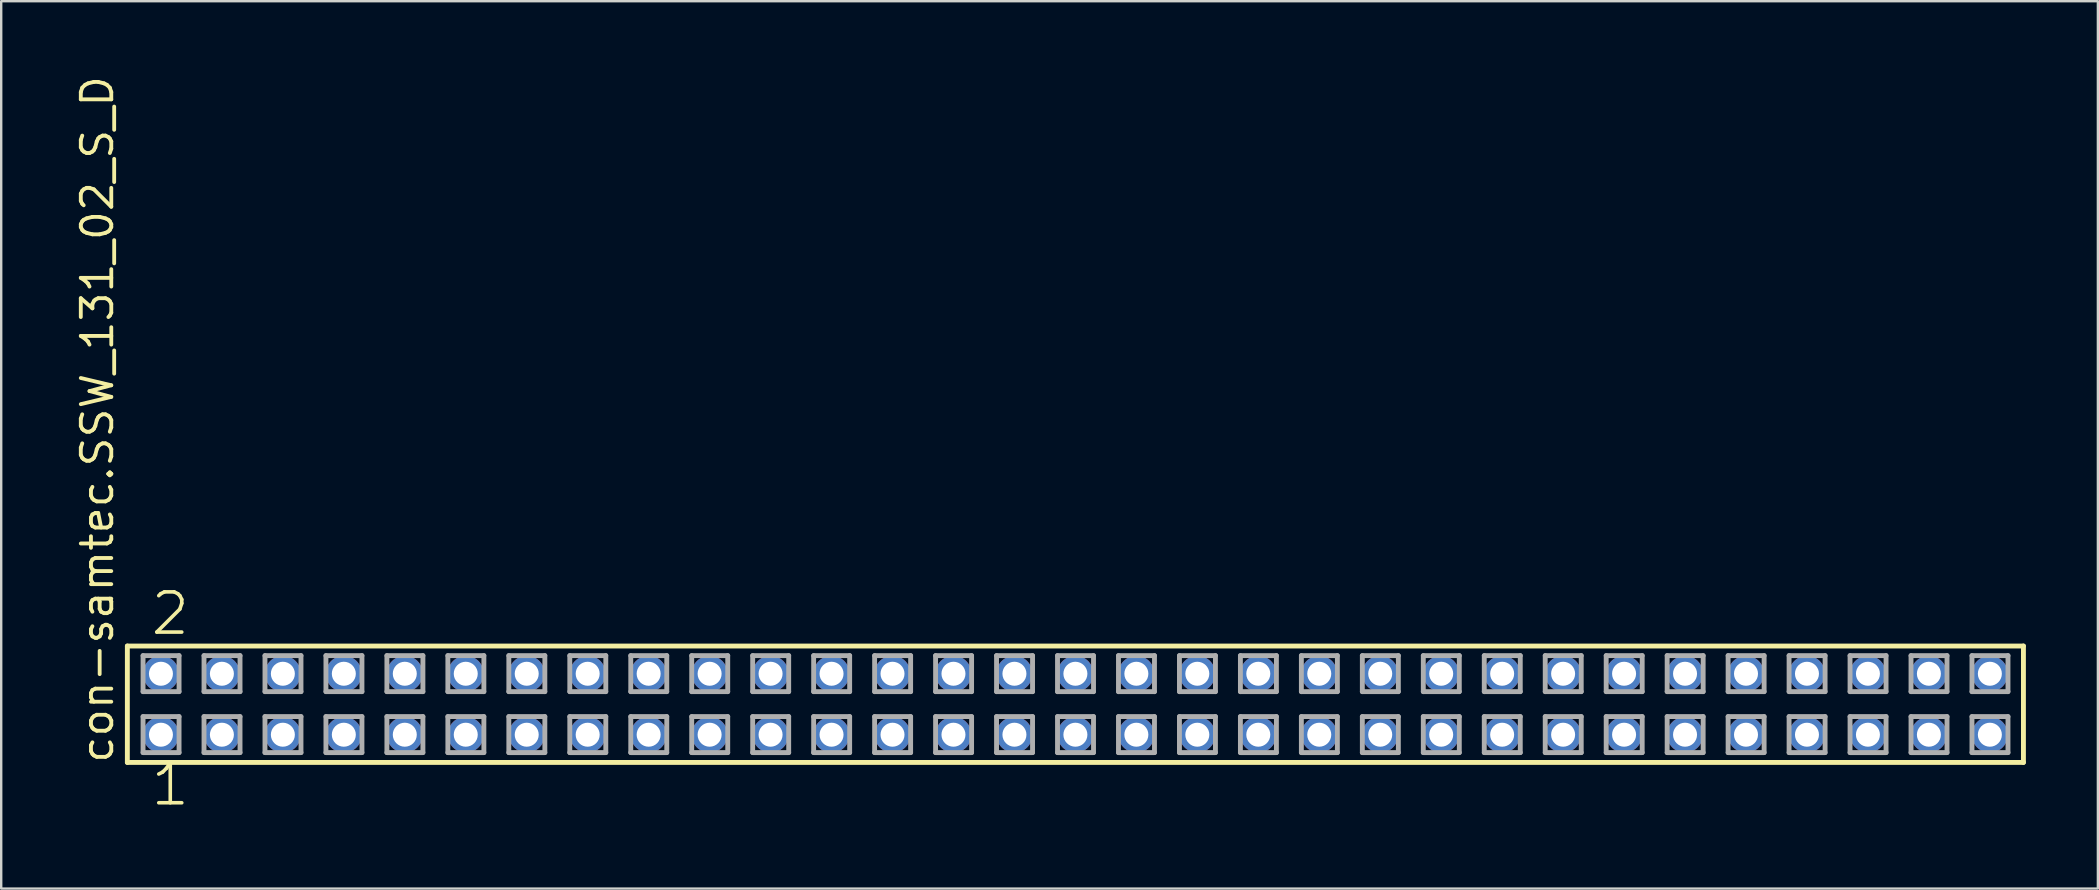
<source format=kicad_pcb>
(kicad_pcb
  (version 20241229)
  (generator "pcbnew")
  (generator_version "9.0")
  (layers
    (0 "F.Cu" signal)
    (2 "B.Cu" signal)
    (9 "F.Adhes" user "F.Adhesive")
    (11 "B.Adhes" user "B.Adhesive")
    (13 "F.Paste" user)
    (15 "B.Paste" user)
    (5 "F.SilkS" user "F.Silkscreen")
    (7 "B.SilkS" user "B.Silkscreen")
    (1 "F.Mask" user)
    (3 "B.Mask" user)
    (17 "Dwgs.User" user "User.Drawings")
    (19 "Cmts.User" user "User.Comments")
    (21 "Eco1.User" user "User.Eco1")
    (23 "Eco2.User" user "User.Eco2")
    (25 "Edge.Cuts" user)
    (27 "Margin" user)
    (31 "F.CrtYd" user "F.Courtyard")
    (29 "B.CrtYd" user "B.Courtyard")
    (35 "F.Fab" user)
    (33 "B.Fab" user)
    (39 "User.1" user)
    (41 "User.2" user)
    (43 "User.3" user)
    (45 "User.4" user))
  (footprint "con-samtec.SSW_131_02_S_D"
    (layer "F.Cu")
    (at 41.755 26.291)
    (property "Reference" "con-samtec.SSW_131_02_S_D" (at -40.005 2.54 90) (layer "F.SilkS") (effects (font (size 1.27 1.27) (thickness 0.16)) (justify left bottom)))
    (attr through_hole)
    (fp_line (start -39.499 -2.425) (end 39.499 -2.425) (stroke (width 0.203) (type default)) (layer "F.SilkS"))
    (fp_line (start -39.499 2.425) (end -39.499 -2.425) (stroke (width 0.203) (type default)) (layer "F.SilkS"))
    (fp_line (start 39.499 -2.425) (end 39.499 2.425) (stroke (width 0.203) (type default)) (layer "F.SilkS"))
    (fp_line (start 39.499 2.425) (end -39.499 2.425) (stroke (width 0.203) (type default)) (layer "F.SilkS"))
    (fp_line (start -38.845 -2.025) (end -37.345 -2.025) (stroke (width 0.203) (type default)) (layer "F.Fab"))
    (fp_line (start -38.845 -0.525) (end -38.845 -2.025) (stroke (width 0.203) (type default)) (layer "F.Fab"))
    (fp_line (start -38.845 0.515) (end -37.345 0.515) (stroke (width 0.203) (type default)) (layer "F.Fab"))
    (fp_line (start -38.845 2.015) (end -38.845 0.515) (stroke (width 0.203) (type default)) (layer "F.Fab"))
    (fp_line (start -37.345 -2.025) (end -37.345 -0.525) (stroke (width 0.203) (type default)) (layer "F.Fab"))
    (fp_line (start -37.345 -0.525) (end -38.845 -0.525) (stroke (width 0.203) (type default)) (layer "F.Fab"))
    (fp_line (start -37.345 0.515) (end -37.345 2.015) (stroke (width 0.203) (type default)) (layer "F.Fab"))
    (fp_line (start -37.345 2.015) (end -38.845 2.015) (stroke (width 0.203) (type default)) (layer "F.Fab"))
    (fp_line (start -36.305 -2.025) (end -34.805 -2.025) (stroke (width 0.203) (type default)) (layer "F.Fab"))
    (fp_line (start -36.305 -0.525) (end -36.305 -2.025) (stroke (width 0.203) (type default)) (layer "F.Fab"))
    (fp_line (start -36.305 0.515) (end -34.805 0.515) (stroke (width 0.203) (type default)) (layer "F.Fab"))
    (fp_line (start -36.305 2.015) (end -36.305 0.515) (stroke (width 0.203) (type default)) (layer "F.Fab"))
    (fp_line (start -34.805 -2.025) (end -34.805 -0.525) (stroke (width 0.203) (type default)) (layer "F.Fab"))
    (fp_line (start -34.805 -0.525) (end -36.305 -0.525) (stroke (width 0.203) (type default)) (layer "F.Fab"))
    (fp_line (start -34.805 0.515) (end -34.805 2.015) (stroke (width 0.203) (type default)) (layer "F.Fab"))
    (fp_line (start -34.805 2.015) (end -36.305 2.015) (stroke (width 0.203) (type default)) (layer "F.Fab"))
    (fp_line (start -33.765 -2.025) (end -32.265 -2.025) (stroke (width 0.203) (type default)) (layer "F.Fab"))
    (fp_line (start -33.765 -0.525) (end -33.765 -2.025) (stroke (width 0.203) (type default)) (layer "F.Fab"))
    (fp_line (start -33.765 0.515) (end -32.265 0.515) (stroke (width 0.203) (type default)) (layer "F.Fab"))
    (fp_line (start -33.765 2.015) (end -33.765 0.515) (stroke (width 0.203) (type default)) (layer "F.Fab"))
    (fp_line (start -32.265 -2.025) (end -32.265 -0.525) (stroke (width 0.203) (type default)) (layer "F.Fab"))
    (fp_line (start -32.265 -0.525) (end -33.765 -0.525) (stroke (width 0.203) (type default)) (layer "F.Fab"))
    (fp_line (start -32.265 0.515) (end -32.265 2.015) (stroke (width 0.203) (type default)) (layer "F.Fab"))
    (fp_line (start -32.265 2.015) (end -33.765 2.015) (stroke (width 0.203) (type default)) (layer "F.Fab"))
    (fp_line (start -31.225 -2.025) (end -29.725 -2.025) (stroke (width 0.203) (type default)) (layer "F.Fab"))
    (fp_line (start -31.225 -0.525) (end -31.225 -2.025) (stroke (width 0.203) (type default)) (layer "F.Fab"))
    (fp_line (start -31.225 0.515) (end -29.725 0.515) (stroke (width 0.203) (type default)) (layer "F.Fab"))
    (fp_line (start -31.225 2.015) (end -31.225 0.515) (stroke (width 0.203) (type default)) (layer "F.Fab"))
    (fp_line (start -29.725 -2.025) (end -29.725 -0.525) (stroke (width 0.203) (type default)) (layer "F.Fab"))
    (fp_line (start -29.725 -0.525) (end -31.225 -0.525) (stroke (width 0.203) (type default)) (layer "F.Fab"))
    (fp_line (start -29.725 0.515) (end -29.725 2.015) (stroke (width 0.203) (type default)) (layer "F.Fab"))
    (fp_line (start -29.725 2.015) (end -31.225 2.015) (stroke (width 0.203) (type default)) (layer "F.Fab"))
    (fp_line (start -28.685 -2.025) (end -27.185 -2.025) (stroke (width 0.203) (type default)) (layer "F.Fab"))
    (fp_line (start -28.685 -0.525) (end -28.685 -2.025) (stroke (width 0.203) (type default)) (layer "F.Fab"))
    (fp_line (start -28.685 0.515) (end -27.185 0.515) (stroke (width 0.203) (type default)) (layer "F.Fab"))
    (fp_line (start -28.685 2.015) (end -28.685 0.515) (stroke (width 0.203) (type default)) (layer "F.Fab"))
    (fp_line (start -27.185 -2.025) (end -27.185 -0.525) (stroke (width 0.203) (type default)) (layer "F.Fab"))
    (fp_line (start -27.185 -0.525) (end -28.685 -0.525) (stroke (width 0.203) (type default)) (layer "F.Fab"))
    (fp_line (start -27.185 0.515) (end -27.185 2.015) (stroke (width 0.203) (type default)) (layer "F.Fab"))
    (fp_line (start -27.185 2.015) (end -28.685 2.015) (stroke (width 0.203) (type default)) (layer "F.Fab"))
    (fp_line (start -26.145 -2.025) (end -24.645 -2.025) (stroke (width 0.203) (type default)) (layer "F.Fab"))
    (fp_line (start -26.145 -0.525) (end -26.145 -2.025) (stroke (width 0.203) (type default)) (layer "F.Fab"))
    (fp_line (start -26.145 0.515) (end -24.645 0.515) (stroke (width 0.203) (type default)) (layer "F.Fab"))
    (fp_line (start -26.145 2.015) (end -26.145 0.515) (stroke (width 0.203) (type default)) (layer "F.Fab"))
    (fp_line (start -24.645 -2.025) (end -24.645 -0.525) (stroke (width 0.203) (type default)) (layer "F.Fab"))
    (fp_line (start -24.645 -0.525) (end -26.145 -0.525) (stroke (width 0.203) (type default)) (layer "F.Fab"))
    (fp_line (start -24.645 0.515) (end -24.645 2.015) (stroke (width 0.203) (type default)) (layer "F.Fab"))
    (fp_line (start -24.645 2.015) (end -26.145 2.015) (stroke (width 0.203) (type default)) (layer "F.Fab"))
    (fp_line (start -23.605 -2.025) (end -22.105 -2.025) (stroke (width 0.203) (type default)) (layer "F.Fab"))
    (fp_line (start -23.605 -0.525) (end -23.605 -2.025) (stroke (width 0.203) (type default)) (layer "F.Fab"))
    (fp_line (start -23.605 0.515) (end -22.105 0.515) (stroke (width 0.203) (type default)) (layer "F.Fab"))
    (fp_line (start -23.605 2.015) (end -23.605 0.515) (stroke (width 0.203) (type default)) (layer "F.Fab"))
    (fp_line (start -22.105 -2.025) (end -22.105 -0.525) (stroke (width 0.203) (type default)) (layer "F.Fab"))
    (fp_line (start -22.105 -0.525) (end -23.605 -0.525) (stroke (width 0.203) (type default)) (layer "F.Fab"))
    (fp_line (start -22.105 0.515) (end -22.105 2.015) (stroke (width 0.203) (type default)) (layer "F.Fab"))
    (fp_line (start -22.105 2.015) (end -23.605 2.015) (stroke (width 0.203) (type default)) (layer "F.Fab"))
    (fp_line (start -21.065 -2.025) (end -19.565 -2.025) (stroke (width 0.203) (type default)) (layer "F.Fab"))
    (fp_line (start -21.065 -0.525) (end -21.065 -2.025) (stroke (width 0.203) (type default)) (layer "F.Fab"))
    (fp_line (start -21.065 0.515) (end -19.565 0.515) (stroke (width 0.203) (type default)) (layer "F.Fab"))
    (fp_line (start -21.065 2.015) (end -21.065 0.515) (stroke (width 0.203) (type default)) (layer "F.Fab"))
    (fp_line (start -19.565 -2.025) (end -19.565 -0.525) (stroke (width 0.203) (type default)) (layer "F.Fab"))
    (fp_line (start -19.565 -0.525) (end -21.065 -0.525) (stroke (width 0.203) (type default)) (layer "F.Fab"))
    (fp_line (start -19.565 0.515) (end -19.565 2.015) (stroke (width 0.203) (type default)) (layer "F.Fab"))
    (fp_line (start -19.565 2.015) (end -21.065 2.015) (stroke (width 0.203) (type default)) (layer "F.Fab"))
    (fp_line (start -18.525 -2.025) (end -17.025 -2.025) (stroke (width 0.203) (type default)) (layer "F.Fab"))
    (fp_line (start -18.525 -0.525) (end -18.525 -2.025) (stroke (width 0.203) (type default)) (layer "F.Fab"))
    (fp_line (start -18.525 0.515) (end -17.025 0.515) (stroke (width 0.203) (type default)) (layer "F.Fab"))
    (fp_line (start -18.525 2.015) (end -18.525 0.515) (stroke (width 0.203) (type default)) (layer "F.Fab"))
    (fp_line (start -17.025 -2.025) (end -17.025 -0.525) (stroke (width 0.203) (type default)) (layer "F.Fab"))
    (fp_line (start -17.025 -0.525) (end -18.525 -0.525) (stroke (width 0.203) (type default)) (layer "F.Fab"))
    (fp_line (start -17.025 0.515) (end -17.025 2.015) (stroke (width 0.203) (type default)) (layer "F.Fab"))
    (fp_line (start -17.025 2.015) (end -18.525 2.015) (stroke (width 0.203) (type default)) (layer "F.Fab"))
    (fp_line (start -15.985 -2.025) (end -14.485 -2.025) (stroke (width 0.203) (type default)) (layer "F.Fab"))
    (fp_line (start -15.985 -0.525) (end -15.985 -2.025) (stroke (width 0.203) (type default)) (layer "F.Fab"))
    (fp_line (start -15.985 0.515) (end -14.485 0.515) (stroke (width 0.203) (type default)) (layer "F.Fab"))
    (fp_line (start -15.985 2.015) (end -15.985 0.515) (stroke (width 0.203) (type default)) (layer "F.Fab"))
    (fp_line (start -14.485 -2.025) (end -14.485 -0.525) (stroke (width 0.203) (type default)) (layer "F.Fab"))
    (fp_line (start -14.485 -0.525) (end -15.985 -0.525) (stroke (width 0.203) (type default)) (layer "F.Fab"))
    (fp_line (start -14.485 0.515) (end -14.485 2.015) (stroke (width 0.203) (type default)) (layer "F.Fab"))
    (fp_line (start -14.485 2.015) (end -15.985 2.015) (stroke (width 0.203) (type default)) (layer "F.Fab"))
    (fp_line (start -13.445 -2.025) (end -11.945 -2.025) (stroke (width 0.203) (type default)) (layer "F.Fab"))
    (fp_line (start -13.445 -0.525) (end -13.445 -2.025) (stroke (width 0.203) (type default)) (layer "F.Fab"))
    (fp_line (start -13.445 0.515) (end -11.945 0.515) (stroke (width 0.203) (type default)) (layer "F.Fab"))
    (fp_line (start -13.445 2.015) (end -13.445 0.515) (stroke (width 0.203) (type default)) (layer "F.Fab"))
    (fp_line (start -11.945 -2.025) (end -11.945 -0.525) (stroke (width 0.203) (type default)) (layer "F.Fab"))
    (fp_line (start -11.945 -0.525) (end -13.445 -0.525) (stroke (width 0.203) (type default)) (layer "F.Fab"))
    (fp_line (start -11.945 0.515) (end -11.945 2.015) (stroke (width 0.203) (type default)) (layer "F.Fab"))
    (fp_line (start -11.945 2.015) (end -13.445 2.015) (stroke (width 0.203) (type default)) (layer "F.Fab"))
    (fp_line (start -10.905 -2.025) (end -9.405 -2.025) (stroke (width 0.203) (type default)) (layer "F.Fab"))
    (fp_line (start -10.905 -0.525) (end -10.905 -2.025) (stroke (width 0.203) (type default)) (layer "F.Fab"))
    (fp_line (start -10.905 0.515) (end -9.405 0.515) (stroke (width 0.203) (type default)) (layer "F.Fab"))
    (fp_line (start -10.905 2.015) (end -10.905 0.515) (stroke (width 0.203) (type default)) (layer "F.Fab"))
    (fp_line (start -9.405 -2.025) (end -9.405 -0.525) (stroke (width 0.203) (type default)) (layer "F.Fab"))
    (fp_line (start -9.405 -0.525) (end -10.905 -0.525) (stroke (width 0.203) (type default)) (layer "F.Fab"))
    (fp_line (start -9.405 0.515) (end -9.405 2.015) (stroke (width 0.203) (type default)) (layer "F.Fab"))
    (fp_line (start -9.405 2.015) (end -10.905 2.015) (stroke (width 0.203) (type default)) (layer "F.Fab"))
    (fp_line (start -8.365 -2.025) (end -6.865 -2.025) (stroke (width 0.203) (type default)) (layer "F.Fab"))
    (fp_line (start -8.365 -0.525) (end -8.365 -2.025) (stroke (width 0.203) (type default)) (layer "F.Fab"))
    (fp_line (start -8.365 0.515) (end -6.865 0.515) (stroke (width 0.203) (type default)) (layer "F.Fab"))
    (fp_line (start -8.365 2.015) (end -8.365 0.515) (stroke (width 0.203) (type default)) (layer "F.Fab"))
    (fp_line (start -6.865 -2.025) (end -6.865 -0.525) (stroke (width 0.203) (type default)) (layer "F.Fab"))
    (fp_line (start -6.865 -0.525) (end -8.365 -0.525) (stroke (width 0.203) (type default)) (layer "F.Fab"))
    (fp_line (start -6.865 0.515) (end -6.865 2.015) (stroke (width 0.203) (type default)) (layer "F.Fab"))
    (fp_line (start -6.865 2.015) (end -8.365 2.015) (stroke (width 0.203) (type default)) (layer "F.Fab"))
    (fp_line (start -5.825 -2.025) (end -4.325 -2.025) (stroke (width 0.203) (type default)) (layer "F.Fab"))
    (fp_line (start -5.825 -0.525) (end -5.825 -2.025) (stroke (width 0.203) (type default)) (layer "F.Fab"))
    (fp_line (start -5.825 0.515) (end -4.325 0.515) (stroke (width 0.203) (type default)) (layer "F.Fab"))
    (fp_line (start -5.825 2.015) (end -5.825 0.515) (stroke (width 0.203) (type default)) (layer "F.Fab"))
    (fp_line (start -4.325 -2.025) (end -4.325 -0.525) (stroke (width 0.203) (type default)) (layer "F.Fab"))
    (fp_line (start -4.325 -0.525) (end -5.825 -0.525) (stroke (width 0.203) (type default)) (layer "F.Fab"))
    (fp_line (start -4.325 0.515) (end -4.325 2.015) (stroke (width 0.203) (type default)) (layer "F.Fab"))
    (fp_line (start -4.325 2.015) (end -5.825 2.015) (stroke (width 0.203) (type default)) (layer "F.Fab"))
    (fp_line (start -3.285 -2.025) (end -1.785 -2.025) (stroke (width 0.203) (type default)) (layer "F.Fab"))
    (fp_line (start -3.285 -0.525) (end -3.285 -2.025) (stroke (width 0.203) (type default)) (layer "F.Fab"))
    (fp_line (start -3.285 0.515) (end -1.785 0.515) (stroke (width 0.203) (type default)) (layer "F.Fab"))
    (fp_line (start -3.285 2.015) (end -3.285 0.515) (stroke (width 0.203) (type default)) (layer "F.Fab"))
    (fp_line (start -1.785 -2.025) (end -1.785 -0.525) (stroke (width 0.203) (type default)) (layer "F.Fab"))
    (fp_line (start -1.785 -0.525) (end -3.285 -0.525) (stroke (width 0.203) (type default)) (layer "F.Fab"))
    (fp_line (start -1.785 0.515) (end -1.785 2.015) (stroke (width 0.203) (type default)) (layer "F.Fab"))
    (fp_line (start -1.785 2.015) (end -3.285 2.015) (stroke (width 0.203) (type default)) (layer "F.Fab"))
    (fp_line (start -0.745 -2.025) (end 0.755 -2.025) (stroke (width 0.203) (type default)) (layer "F.Fab"))
    (fp_line (start -0.745 -0.525) (end -0.745 -2.025) (stroke (width 0.203) (type default)) (layer "F.Fab"))
    (fp_line (start -0.745 0.515) (end 0.755 0.515) (stroke (width 0.203) (type default)) (layer "F.Fab"))
    (fp_line (start -0.745 2.015) (end -0.745 0.515) (stroke (width 0.203) (type default)) (layer "F.Fab"))
    (fp_line (start 0.755 -2.025) (end 0.755 -0.525) (stroke (width 0.203) (type default)) (layer "F.Fab"))
    (fp_line (start 0.755 -0.525) (end -0.745 -0.525) (stroke (width 0.203) (type default)) (layer "F.Fab"))
    (fp_line (start 0.755 0.515) (end 0.755 2.015) (stroke (width 0.203) (type default)) (layer "F.Fab"))
    (fp_line (start 0.755 2.015) (end -0.745 2.015) (stroke (width 0.203) (type default)) (layer "F.Fab"))
    (fp_line (start 1.795 -2.025) (end 3.295 -2.025) (stroke (width 0.203) (type default)) (layer "F.Fab"))
    (fp_line (start 1.795 -0.525) (end 1.795 -2.025) (stroke (width 0.203) (type default)) (layer "F.Fab"))
    (fp_line (start 1.795 0.515) (end 3.295 0.515) (stroke (width 0.203) (type default)) (layer "F.Fab"))
    (fp_line (start 1.795 2.015) (end 1.795 0.515) (stroke (width 0.203) (type default)) (layer "F.Fab"))
    (fp_line (start 3.295 -2.025) (end 3.295 -0.525) (stroke (width 0.203) (type default)) (layer "F.Fab"))
    (fp_line (start 3.295 -0.525) (end 1.795 -0.525) (stroke (width 0.203) (type default)) (layer "F.Fab"))
    (fp_line (start 3.295 0.515) (end 3.295 2.015) (stroke (width 0.203) (type default)) (layer "F.Fab"))
    (fp_line (start 3.295 2.015) (end 1.795 2.015) (stroke (width 0.203) (type default)) (layer "F.Fab"))
    (fp_line (start 4.335 -2.025) (end 5.835 -2.025) (stroke (width 0.203) (type default)) (layer "F.Fab"))
    (fp_line (start 4.335 -0.525) (end 4.335 -2.025) (stroke (width 0.203) (type default)) (layer "F.Fab"))
    (fp_line (start 4.335 0.515) (end 5.835 0.515) (stroke (width 0.203) (type default)) (layer "F.Fab"))
    (fp_line (start 4.335 2.015) (end 4.335 0.515) (stroke (width 0.203) (type default)) (layer "F.Fab"))
    (fp_line (start 5.835 -2.025) (end 5.835 -0.525) (stroke (width 0.203) (type default)) (layer "F.Fab"))
    (fp_line (start 5.835 -0.525) (end 4.335 -0.525) (stroke (width 0.203) (type default)) (layer "F.Fab"))
    (fp_line (start 5.835 0.515) (end 5.835 2.015) (stroke (width 0.203) (type default)) (layer "F.Fab"))
    (fp_line (start 5.835 2.015) (end 4.335 2.015) (stroke (width 0.203) (type default)) (layer "F.Fab"))
    (fp_line (start 6.875 -2.025) (end 8.375 -2.025) (stroke (width 0.203) (type default)) (layer "F.Fab"))
    (fp_line (start 6.875 -0.525) (end 6.875 -2.025) (stroke (width 0.203) (type default)) (layer "F.Fab"))
    (fp_line (start 6.875 0.515) (end 8.375 0.515) (stroke (width 0.203) (type default)) (layer "F.Fab"))
    (fp_line (start 6.875 2.015) (end 6.875 0.515) (stroke (width 0.203) (type default)) (layer "F.Fab"))
    (fp_line (start 8.375 -2.025) (end 8.375 -0.525) (stroke (width 0.203) (type default)) (layer "F.Fab"))
    (fp_line (start 8.375 -0.525) (end 6.875 -0.525) (stroke (width 0.203) (type default)) (layer "F.Fab"))
    (fp_line (start 8.375 0.515) (end 8.375 2.015) (stroke (width 0.203) (type default)) (layer "F.Fab"))
    (fp_line (start 8.375 2.015) (end 6.875 2.015) (stroke (width 0.203) (type default)) (layer "F.Fab"))
    (fp_line (start 9.415 -2.025) (end 10.915 -2.025) (stroke (width 0.203) (type default)) (layer "F.Fab"))
    (fp_line (start 9.415 -0.525) (end 9.415 -2.025) (stroke (width 0.203) (type default)) (layer "F.Fab"))
    (fp_line (start 9.415 0.515) (end 10.915 0.515) (stroke (width 0.203) (type default)) (layer "F.Fab"))
    (fp_line (start 9.415 2.015) (end 9.415 0.515) (stroke (width 0.203) (type default)) (layer "F.Fab"))
    (fp_line (start 10.915 -2.025) (end 10.915 -0.525) (stroke (width 0.203) (type default)) (layer "F.Fab"))
    (fp_line (start 10.915 -0.525) (end 9.415 -0.525) (stroke (width 0.203) (type default)) (layer "F.Fab"))
    (fp_line (start 10.915 0.515) (end 10.915 2.015) (stroke (width 0.203) (type default)) (layer "F.Fab"))
    (fp_line (start 10.915 2.015) (end 9.415 2.015) (stroke (width 0.203) (type default)) (layer "F.Fab"))
    (fp_line (start 11.955 -2.025) (end 13.455 -2.025) (stroke (width 0.203) (type default)) (layer "F.Fab"))
    (fp_line (start 11.955 -0.525) (end 11.955 -2.025) (stroke (width 0.203) (type default)) (layer "F.Fab"))
    (fp_line (start 11.955 0.515) (end 13.455 0.515) (stroke (width 0.203) (type default)) (layer "F.Fab"))
    (fp_line (start 11.955 2.015) (end 11.955 0.515) (stroke (width 0.203) (type default)) (layer "F.Fab"))
    (fp_line (start 13.455 -2.025) (end 13.455 -0.525) (stroke (width 0.203) (type default)) (layer "F.Fab"))
    (fp_line (start 13.455 -0.525) (end 11.955 -0.525) (stroke (width 0.203) (type default)) (layer "F.Fab"))
    (fp_line (start 13.455 0.515) (end 13.455 2.015) (stroke (width 0.203) (type default)) (layer "F.Fab"))
    (fp_line (start 13.455 2.015) (end 11.955 2.015) (stroke (width 0.203) (type default)) (layer "F.Fab"))
    (fp_line (start 14.495 -2.025) (end 15.995 -2.025) (stroke (width 0.203) (type default)) (layer "F.Fab"))
    (fp_line (start 14.495 -0.525) (end 14.495 -2.025) (stroke (width 0.203) (type default)) (layer "F.Fab"))
    (fp_line (start 14.495 0.515) (end 15.995 0.515) (stroke (width 0.203) (type default)) (layer "F.Fab"))
    (fp_line (start 14.495 2.015) (end 14.495 0.515) (stroke (width 0.203) (type default)) (layer "F.Fab"))
    (fp_line (start 15.995 -2.025) (end 15.995 -0.525) (stroke (width 0.203) (type default)) (layer "F.Fab"))
    (fp_line (start 15.995 -0.525) (end 14.495 -0.525) (stroke (width 0.203) (type default)) (layer "F.Fab"))
    (fp_line (start 15.995 0.515) (end 15.995 2.015) (stroke (width 0.203) (type default)) (layer "F.Fab"))
    (fp_line (start 15.995 2.015) (end 14.495 2.015) (stroke (width 0.203) (type default)) (layer "F.Fab"))
    (fp_line (start 17.035 -2.025) (end 18.535 -2.025) (stroke (width 0.203) (type default)) (layer "F.Fab"))
    (fp_line (start 17.035 -0.525) (end 17.035 -2.025) (stroke (width 0.203) (type default)) (layer "F.Fab"))
    (fp_line (start 17.035 0.515) (end 18.535 0.515) (stroke (width 0.203) (type default)) (layer "F.Fab"))
    (fp_line (start 17.035 2.015) (end 17.035 0.515) (stroke (width 0.203) (type default)) (layer "F.Fab"))
    (fp_line (start 18.535 -2.025) (end 18.535 -0.525) (stroke (width 0.203) (type default)) (layer "F.Fab"))
    (fp_line (start 18.535 -0.525) (end 17.035 -0.525) (stroke (width 0.203) (type default)) (layer "F.Fab"))
    (fp_line (start 18.535 0.515) (end 18.535 2.015) (stroke (width 0.203) (type default)) (layer "F.Fab"))
    (fp_line (start 18.535 2.015) (end 17.035 2.015) (stroke (width 0.203) (type default)) (layer "F.Fab"))
    (fp_line (start 19.575 -2.025) (end 21.075 -2.025) (stroke (width 0.203) (type default)) (layer "F.Fab"))
    (fp_line (start 19.575 -0.525) (end 19.575 -2.025) (stroke (width 0.203) (type default)) (layer "F.Fab"))
    (fp_line (start 19.575 0.515) (end 21.075 0.515) (stroke (width 0.203) (type default)) (layer "F.Fab"))
    (fp_line (start 19.575 2.015) (end 19.575 0.515) (stroke (width 0.203) (type default)) (layer "F.Fab"))
    (fp_line (start 21.075 -2.025) (end 21.075 -0.525) (stroke (width 0.203) (type default)) (layer "F.Fab"))
    (fp_line (start 21.075 -0.525) (end 19.575 -0.525) (stroke (width 0.203) (type default)) (layer "F.Fab"))
    (fp_line (start 21.075 0.515) (end 21.075 2.015) (stroke (width 0.203) (type default)) (layer "F.Fab"))
    (fp_line (start 21.075 2.015) (end 19.575 2.015) (stroke (width 0.203) (type default)) (layer "F.Fab"))
    (fp_line (start 22.115 -2.025) (end 23.615 -2.025) (stroke (width 0.203) (type default)) (layer "F.Fab"))
    (fp_line (start 22.115 -0.525) (end 22.115 -2.025) (stroke (width 0.203) (type default)) (layer "F.Fab"))
    (fp_line (start 22.115 0.515) (end 23.615 0.515) (stroke (width 0.203) (type default)) (layer "F.Fab"))
    (fp_line (start 22.115 2.015) (end 22.115 0.515) (stroke (width 0.203) (type default)) (layer "F.Fab"))
    (fp_line (start 23.615 -2.025) (end 23.615 -0.525) (stroke (width 0.203) (type default)) (layer "F.Fab"))
    (fp_line (start 23.615 -0.525) (end 22.115 -0.525) (stroke (width 0.203) (type default)) (layer "F.Fab"))
    (fp_line (start 23.615 0.515) (end 23.615 2.015) (stroke (width 0.203) (type default)) (layer "F.Fab"))
    (fp_line (start 23.615 2.015) (end 22.115 2.015) (stroke (width 0.203) (type default)) (layer "F.Fab"))
    (fp_line (start 24.655 -2.025) (end 26.155 -2.025) (stroke (width 0.203) (type default)) (layer "F.Fab"))
    (fp_line (start 24.655 -0.525) (end 24.655 -2.025) (stroke (width 0.203) (type default)) (layer "F.Fab"))
    (fp_line (start 24.655 0.515) (end 26.155 0.515) (stroke (width 0.203) (type default)) (layer "F.Fab"))
    (fp_line (start 24.655 2.015) (end 24.655 0.515) (stroke (width 0.203) (type default)) (layer "F.Fab"))
    (fp_line (start 26.155 -2.025) (end 26.155 -0.525) (stroke (width 0.203) (type default)) (layer "F.Fab"))
    (fp_line (start 26.155 -0.525) (end 24.655 -0.525) (stroke (width 0.203) (type default)) (layer "F.Fab"))
    (fp_line (start 26.155 0.515) (end 26.155 2.015) (stroke (width 0.203) (type default)) (layer "F.Fab"))
    (fp_line (start 26.155 2.015) (end 24.655 2.015) (stroke (width 0.203) (type default)) (layer "F.Fab"))
    (fp_line (start 27.195 -2.025) (end 28.695 -2.025) (stroke (width 0.203) (type default)) (layer "F.Fab"))
    (fp_line (start 27.195 -0.525) (end 27.195 -2.025) (stroke (width 0.203) (type default)) (layer "F.Fab"))
    (fp_line (start 27.195 0.515) (end 28.695 0.515) (stroke (width 0.203) (type default)) (layer "F.Fab"))
    (fp_line (start 27.195 2.015) (end 27.195 0.515) (stroke (width 0.203) (type default)) (layer "F.Fab"))
    (fp_line (start 28.695 -2.025) (end 28.695 -0.525) (stroke (width 0.203) (type default)) (layer "F.Fab"))
    (fp_line (start 28.695 -0.525) (end 27.195 -0.525) (stroke (width 0.203) (type default)) (layer "F.Fab"))
    (fp_line (start 28.695 0.515) (end 28.695 2.015) (stroke (width 0.203) (type default)) (layer "F.Fab"))
    (fp_line (start 28.695 2.015) (end 27.195 2.015) (stroke (width 0.203) (type default)) (layer "F.Fab"))
    (fp_line (start 29.735 -2.025) (end 31.235 -2.025) (stroke (width 0.203) (type default)) (layer "F.Fab"))
    (fp_line (start 29.735 -0.525) (end 29.735 -2.025) (stroke (width 0.203) (type default)) (layer "F.Fab"))
    (fp_line (start 29.735 0.515) (end 31.235 0.515) (stroke (width 0.203) (type default)) (layer "F.Fab"))
    (fp_line (start 29.735 2.015) (end 29.735 0.515) (stroke (width 0.203) (type default)) (layer "F.Fab"))
    (fp_line (start 31.235 -2.025) (end 31.235 -0.525) (stroke (width 0.203) (type default)) (layer "F.Fab"))
    (fp_line (start 31.235 -0.525) (end 29.735 -0.525) (stroke (width 0.203) (type default)) (layer "F.Fab"))
    (fp_line (start 31.235 0.515) (end 31.235 2.015) (stroke (width 0.203) (type default)) (layer "F.Fab"))
    (fp_line (start 31.235 2.015) (end 29.735 2.015) (stroke (width 0.203) (type default)) (layer "F.Fab"))
    (fp_line (start 32.275 -2.025) (end 33.775 -2.025) (stroke (width 0.203) (type default)) (layer "F.Fab"))
    (fp_line (start 32.275 -0.525) (end 32.275 -2.025) (stroke (width 0.203) (type default)) (layer "F.Fab"))
    (fp_line (start 32.275 0.515) (end 33.775 0.515) (stroke (width 0.203) (type default)) (layer "F.Fab"))
    (fp_line (start 32.275 2.015) (end 32.275 0.515) (stroke (width 0.203) (type default)) (layer "F.Fab"))
    (fp_line (start 33.775 -2.025) (end 33.775 -0.525) (stroke (width 0.203) (type default)) (layer "F.Fab"))
    (fp_line (start 33.775 -0.525) (end 32.275 -0.525) (stroke (width 0.203) (type default)) (layer "F.Fab"))
    (fp_line (start 33.775 0.515) (end 33.775 2.015) (stroke (width 0.203) (type default)) (layer "F.Fab"))
    (fp_line (start 33.775 2.015) (end 32.275 2.015) (stroke (width 0.203) (type default)) (layer "F.Fab"))
    (fp_line (start 34.815 -2.025) (end 36.315 -2.025) (stroke (width 0.203) (type default)) (layer "F.Fab"))
    (fp_line (start 34.815 -0.525) (end 34.815 -2.025) (stroke (width 0.203) (type default)) (layer "F.Fab"))
    (fp_line (start 34.815 0.515) (end 36.315 0.515) (stroke (width 0.203) (type default)) (layer "F.Fab"))
    (fp_line (start 34.815 2.015) (end 34.815 0.515) (stroke (width 0.203) (type default)) (layer "F.Fab"))
    (fp_line (start 36.315 -2.025) (end 36.315 -0.525) (stroke (width 0.203) (type default)) (layer "F.Fab"))
    (fp_line (start 36.315 -0.525) (end 34.815 -0.525) (stroke (width 0.203) (type default)) (layer "F.Fab"))
    (fp_line (start 36.315 0.515) (end 36.315 2.015) (stroke (width 0.203) (type default)) (layer "F.Fab"))
    (fp_line (start 36.315 2.015) (end 34.815 2.015) (stroke (width 0.203) (type default)) (layer "F.Fab"))
    (fp_line (start 37.355 -2.025) (end 38.855 -2.025) (stroke (width 0.203) (type default)) (layer "F.Fab"))
    (fp_line (start 37.355 -0.525) (end 37.355 -2.025) (stroke (width 0.203) (type default)) (layer "F.Fab"))
    (fp_line (start 37.355 0.515) (end 38.855 0.515) (stroke (width 0.203) (type default)) (layer "F.Fab"))
    (fp_line (start 37.355 2.015) (end 37.355 0.515) (stroke (width 0.203) (type default)) (layer "F.Fab"))
    (fp_line (start 38.855 -2.025) (end 38.855 -0.525) (stroke (width 0.203) (type default)) (layer "F.Fab"))
    (fp_line (start 38.855 -0.525) (end 37.355 -0.525) (stroke (width 0.203) (type default)) (layer "F.Fab"))
    (fp_line (start 38.855 0.515) (end 38.855 2.015) (stroke (width 0.203) (type default)) (layer "F.Fab"))
    (fp_line (start 38.855 2.015) (end 37.355 2.015) (stroke (width 0.203) (type default)) (layer "F.Fab"))
    (fp_text user "1" (at -38.608 4.318 0) (layer "F.SilkS") (effects (font (size 1.676 1.676) (thickness 0.15)) (justify left bottom)))
    (fp_text user "2" (at -38.608 -2.794 0) (layer "F.SilkS") (effects (font (size 1.676 1.676) (thickness 0.15)) (justify left bottom)))
    (pad "1" thru_hole circle (at -38.1 1.27) (size 1.5 1.5) (drill 1) (layers "*.Cu" "*.Mask"))
    (pad "2" thru_hole circle (at -38.1 -1.27) (size 1.5 1.5) (drill 1) (layers "*.Cu" "*.Mask"))
    (pad "3" thru_hole circle (at -35.56 1.27) (size 1.5 1.5) (drill 1) (layers "*.Cu" "*.Mask"))
    (pad "4" thru_hole circle (at -35.56 -1.27) (size 1.5 1.5) (drill 1) (layers "*.Cu" "*.Mask"))
    (pad "5" thru_hole circle (at -33.02 1.27) (size 1.5 1.5) (drill 1) (layers "*.Cu" "*.Mask"))
    (pad "6" thru_hole circle (at -33.02 -1.27) (size 1.5 1.5) (drill 1) (layers "*.Cu" "*.Mask"))
    (pad "7" thru_hole circle (at -30.48 1.27) (size 1.5 1.5) (drill 1) (layers "*.Cu" "*.Mask"))
    (pad "8" thru_hole circle (at -30.48 -1.27) (size 1.5 1.5) (drill 1) (layers "*.Cu" "*.Mask"))
    (pad "9" thru_hole circle (at -27.94 1.27) (size 1.5 1.5) (drill 1) (layers "*.Cu" "*.Mask"))
    (pad "10" thru_hole circle (at -27.94 -1.27) (size 1.5 1.5) (drill 1) (layers "*.Cu" "*.Mask"))
    (pad "11" thru_hole circle (at -25.4 1.27) (size 1.5 1.5) (drill 1) (layers "*.Cu" "*.Mask"))
    (pad "12" thru_hole circle (at -25.4 -1.27) (size 1.5 1.5) (drill 1) (layers "*.Cu" "*.Mask"))
    (pad "13" thru_hole circle (at -22.86 1.27) (size 1.5 1.5) (drill 1) (layers "*.Cu" "*.Mask"))
    (pad "14" thru_hole circle (at -22.86 -1.27) (size 1.5 1.5) (drill 1) (layers "*.Cu" "*.Mask"))
    (pad "15" thru_hole circle (at -20.32 1.27) (size 1.5 1.5) (drill 1) (layers "*.Cu" "*.Mask"))
    (pad "16" thru_hole circle (at -20.32 -1.27) (size 1.5 1.5) (drill 1) (layers "*.Cu" "*.Mask"))
    (pad "17" thru_hole circle (at -17.78 1.27) (size 1.5 1.5) (drill 1) (layers "*.Cu" "*.Mask"))
    (pad "18" thru_hole circle (at -17.78 -1.27) (size 1.5 1.5) (drill 1) (layers "*.Cu" "*.Mask"))
    (pad "19" thru_hole circle (at -15.24 1.27) (size 1.5 1.5) (drill 1) (layers "*.Cu" "*.Mask"))
    (pad "20" thru_hole circle (at -15.24 -1.27) (size 1.5 1.5) (drill 1) (layers "*.Cu" "*.Mask"))
    (pad "21" thru_hole circle (at -12.7 1.27) (size 1.5 1.5) (drill 1) (layers "*.Cu" "*.Mask"))
    (pad "22" thru_hole circle (at -12.7 -1.27) (size 1.5 1.5) (drill 1) (layers "*.Cu" "*.Mask"))
    (pad "23" thru_hole circle (at -10.16 1.27) (size 1.5 1.5) (drill 1) (layers "*.Cu" "*.Mask"))
    (pad "24" thru_hole circle (at -10.16 -1.27) (size 1.5 1.5) (drill 1) (layers "*.Cu" "*.Mask"))
    (pad "25" thru_hole circle (at -7.62 1.27) (size 1.5 1.5) (drill 1) (layers "*.Cu" "*.Mask"))
    (pad "26" thru_hole circle (at -7.62 -1.27) (size 1.5 1.5) (drill 1) (layers "*.Cu" "*.Mask"))
    (pad "27" thru_hole circle (at -5.08 1.27) (size 1.5 1.5) (drill 1) (layers "*.Cu" "*.Mask"))
    (pad "28" thru_hole circle (at -5.08 -1.27) (size 1.5 1.5) (drill 1) (layers "*.Cu" "*.Mask"))
    (pad "29" thru_hole circle (at -2.54 1.27) (size 1.5 1.5) (drill 1) (layers "*.Cu" "*.Mask"))
    (pad "30" thru_hole circle (at -2.54 -1.27) (size 1.5 1.5) (drill 1) (layers "*.Cu" "*.Mask"))
    (pad "31" thru_hole circle (at 0 1.27) (size 1.5 1.5) (drill 1) (layers "*.Cu" "*.Mask"))
    (pad "32" thru_hole circle (at 0 -1.27) (size 1.5 1.5) (drill 1) (layers "*.Cu" "*.Mask"))
    (pad "33" thru_hole circle (at 2.54 1.27) (size 1.5 1.5) (drill 1) (layers "*.Cu" "*.Mask"))
    (pad "34" thru_hole circle (at 2.54 -1.27) (size 1.5 1.5) (drill 1) (layers "*.Cu" "*.Mask"))
    (pad "35" thru_hole circle (at 5.08 1.27) (size 1.5 1.5) (drill 1) (layers "*.Cu" "*.Mask"))
    (pad "36" thru_hole circle (at 5.08 -1.27) (size 1.5 1.5) (drill 1) (layers "*.Cu" "*.Mask"))
    (pad "37" thru_hole circle (at 7.62 1.27) (size 1.5 1.5) (drill 1) (layers "*.Cu" "*.Mask"))
    (pad "38" thru_hole circle (at 7.62 -1.27) (size 1.5 1.5) (drill 1) (layers "*.Cu" "*.Mask"))
    (pad "39" thru_hole circle (at 10.16 1.27) (size 1.5 1.5) (drill 1) (layers "*.Cu" "*.Mask"))
    (pad "40" thru_hole circle (at 10.16 -1.27) (size 1.5 1.5) (drill 1) (layers "*.Cu" "*.Mask"))
    (pad "41" thru_hole circle (at 12.7 1.27) (size 1.5 1.5) (drill 1) (layers "*.Cu" "*.Mask"))
    (pad "42" thru_hole circle (at 12.7 -1.27) (size 1.5 1.5) (drill 1) (layers "*.Cu" "*.Mask"))
    (pad "43" thru_hole circle (at 15.24 1.27) (size 1.5 1.5) (drill 1) (layers "*.Cu" "*.Mask"))
    (pad "44" thru_hole circle (at 15.24 -1.27) (size 1.5 1.5) (drill 1) (layers "*.Cu" "*.Mask"))
    (pad "45" thru_hole circle (at 17.78 1.27) (size 1.5 1.5) (drill 1) (layers "*.Cu" "*.Mask"))
    (pad "46" thru_hole circle (at 17.78 -1.27) (size 1.5 1.5) (drill 1) (layers "*.Cu" "*.Mask"))
    (pad "47" thru_hole circle (at 20.32 1.27) (size 1.5 1.5) (drill 1) (layers "*.Cu" "*.Mask"))
    (pad "48" thru_hole circle (at 20.32 -1.27) (size 1.5 1.5) (drill 1) (layers "*.Cu" "*.Mask"))
    (pad "49" thru_hole circle (at 22.86 1.27) (size 1.5 1.5) (drill 1) (layers "*.Cu" "*.Mask"))
    (pad "50" thru_hole circle (at 22.86 -1.27) (size 1.5 1.5) (drill 1) (layers "*.Cu" "*.Mask"))
    (pad "51" thru_hole circle (at 25.4 1.27) (size 1.5 1.5) (drill 1) (layers "*.Cu" "*.Mask"))
    (pad "52" thru_hole circle (at 25.4 -1.27) (size 1.5 1.5) (drill 1) (layers "*.Cu" "*.Mask"))
    (pad "53" thru_hole circle (at 27.94 1.27) (size 1.5 1.5) (drill 1) (layers "*.Cu" "*.Mask"))
    (pad "54" thru_hole circle (at 27.94 -1.27) (size 1.5 1.5) (drill 1) (layers "*.Cu" "*.Mask"))
    (pad "55" thru_hole circle (at 30.48 1.27) (size 1.5 1.5) (drill 1) (layers "*.Cu" "*.Mask"))
    (pad "56" thru_hole circle (at 30.48 -1.27) (size 1.5 1.5) (drill 1) (layers "*.Cu" "*.Mask"))
    (pad "57" thru_hole circle (at 33.02 1.27) (size 1.5 1.5) (drill 1) (layers "*.Cu" "*.Mask"))
    (pad "58" thru_hole circle (at 33.02 -1.27) (size 1.5 1.5) (drill 1) (layers "*.Cu" "*.Mask"))
    (pad "59" thru_hole circle (at 35.56 1.27) (size 1.5 1.5) (drill 1) (layers "*.Cu" "*.Mask"))
    (pad "60" thru_hole circle (at 35.56 -1.27) (size 1.5 1.5) (drill 1) (layers "*.Cu" "*.Mask"))
    (pad "61" thru_hole circle (at 38.1 1.27) (size 1.5 1.5) (drill 1) (layers "*.Cu" "*.Mask"))
    (pad "62" thru_hole circle (at 38.1 -1.27) (size 1.5 1.5) (drill 1) (layers "*.Cu" "*.Mask")))
  (gr_rect
    (start -3 -3)
    (end 84.356 33.971)
    (stroke (width 0.1) (type default))
    (fill no)
    (layer "Edge.Cuts")))
</source>
